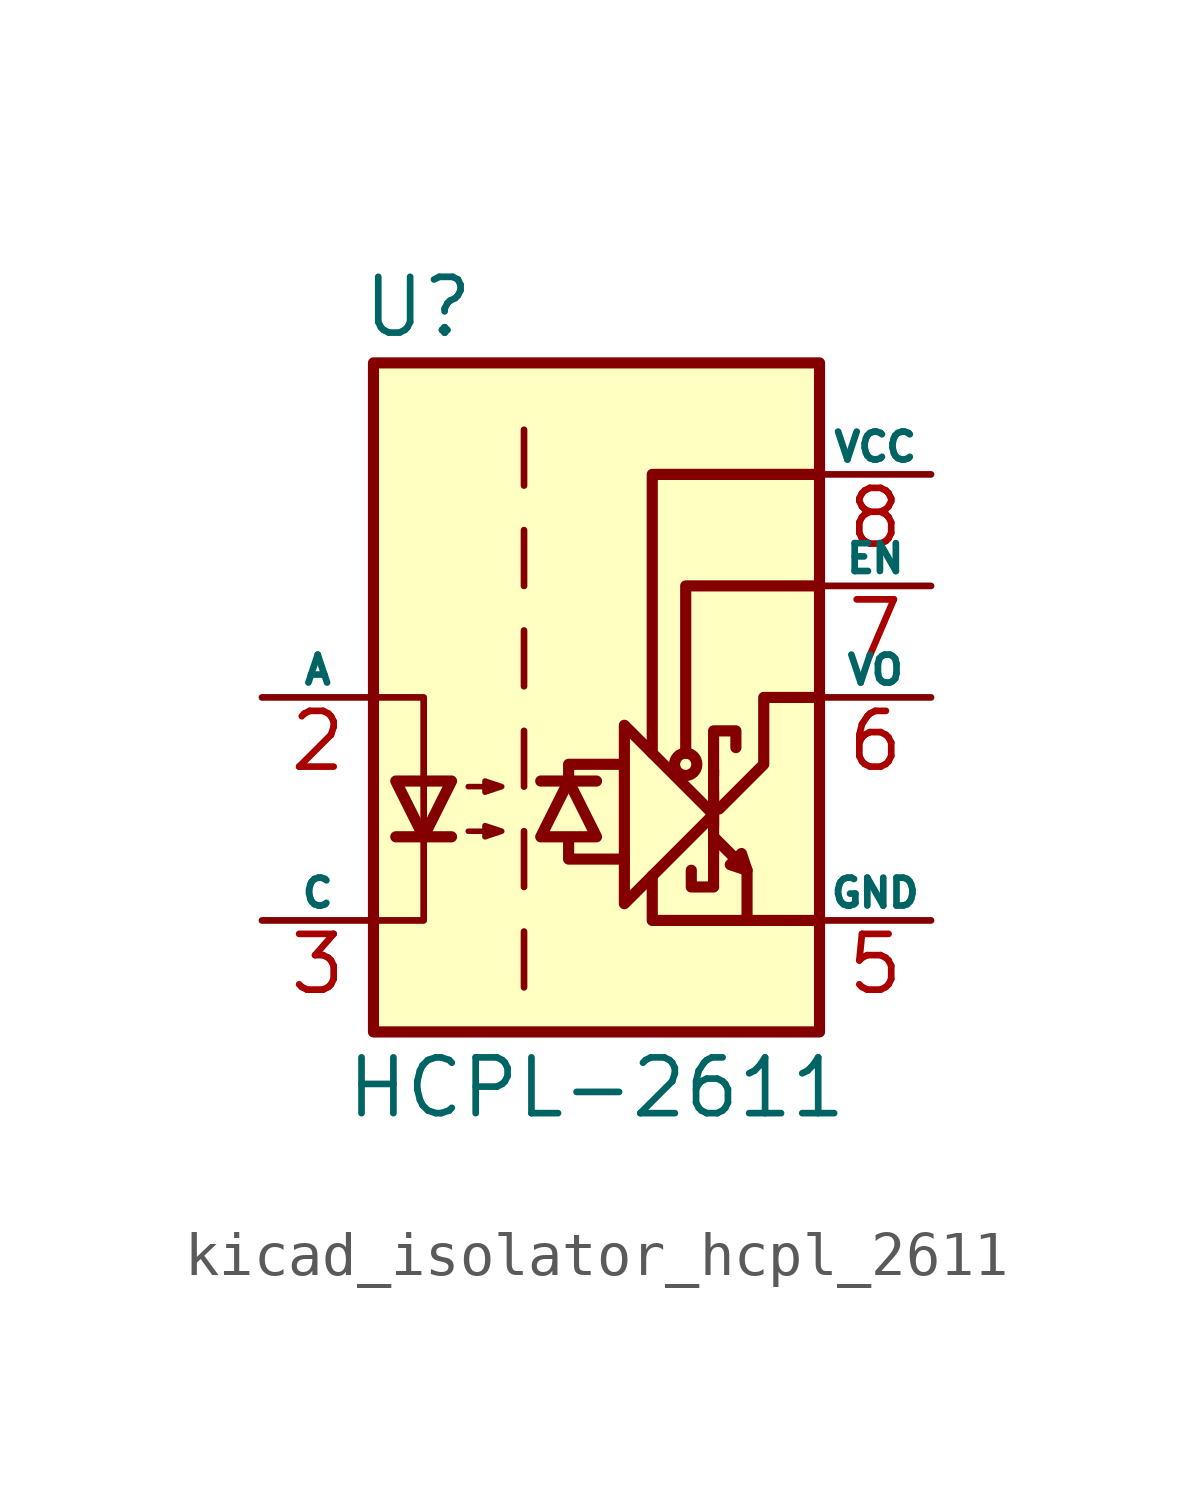
<source format=kicad_sym>
(kicad_symbol_lib
  (version 20220914)
  (generator kicad_symbol_editor)
  (symbol "kicad_isolator_hcpl_2611"
    (pin_names
      (offset 0))
    (property "Reference" "U"
      (at -4.064 8.89 0)
      (effects (font (size 1.27 1.27))))
    (property "Value" "HCPL-2611"
      (at 0 -8.89 0)
      (effects (font (size 1.27 1.27))))
    (symbol "kicad_isolator_hcpl_2611_0_1"
      (polyline (pts (xy 2.667 -3.556) (xy 2.667 -1.651)) (stroke (width 0.254) (type default)) (fill (type none)))
      (polyline (pts (xy 2.667 -2.159) (xy 2.667 -2.921)) (stroke (width 0.254) (type default)) (fill (type none)))
      (polyline (pts (xy 3.429 -3.937) (xy 3.429 -5.08)) (stroke (width 0.254) (type default)) (fill (type none)))
      (polyline (pts (xy -0.635 -3.302) (xy -0.635 -3.683) (xy 0.635 -3.683)) (stroke (width 0.254) (type default)) (fill (type none)))
      (polyline (pts (xy -0.635 -1.905) (xy -0.635 -1.524) (xy 0.508 -1.524)) (stroke (width 0.254) (type default)) (fill (type none)))
      (polyline (pts (xy 1.27 -4.064) (xy 1.27 -5.08) (xy 5.08 -5.08)) (stroke (width 0.254) (type default)) (fill (type none)))
      (polyline (pts (xy 1.27 -1.27) (xy 1.27 5.08) (xy 5.08 5.08)) (stroke (width 0.254) (type default)) (fill (type none)))
      (polyline (pts (xy 2.032 -1.27) (xy 2.032 2.54) (xy 5.08 2.54)) (stroke (width 0.254) (type default)) (fill (type none)))
      (polyline (pts (xy -5.08 -5.08) (xy -3.937 -5.08) (xy -3.937 0) (xy -5.08 0)) (stroke (width 0) (type default)) (fill (type none)))
      (polyline (pts (xy 2.667 -3.302) (xy 2.667 -4.318) (xy 2.159 -4.318) (xy 2.159 -3.937)) (stroke (width 0.254) (type default)) (fill (type none)))
      (polyline (pts (xy 2.667 -2.667) (xy 0.635 -4.699) (xy 0.635 -0.635) (xy 2.667 -2.667)) (stroke (width 0.254) (type default)) (fill (type none)))
      (polyline (pts (xy 2.667 -1.778) (xy 2.667 -0.762) (xy 3.175 -0.762) (xy 3.175 -1.143)) (stroke (width 0.254) (type default)) (fill (type none)))
      (polyline (pts (xy 2.794 -2.54) (xy 3.81 -1.524) (xy 3.81 0) (xy 5.08 0)) (stroke (width 0.254) (type default)) (fill (type none)))
      (polyline (pts (xy 2.667 -3.175) (xy 3.429 -3.937) (xy 3.302 -3.556) (xy 3.048 -3.81) (xy 3.429 -3.937)) (stroke (width 0.254) (type default)) (fill (type none)))
      (circle (center 2.032 -1.524) (radius 0.254) (stroke (width 0.254) (type default)) (fill (type none))))
    (symbol "kicad_isolator_hcpl_2611_1_1"
      (rectangle (start -5.08 7.62) (end 5.08 -7.62) (stroke (width 0.254) (type default)) (fill (type background)))
      (polyline (pts (xy -4.572 -3.175) (xy -3.302 -3.175)) (stroke (width 0.254) (type default)) (fill (type none)))
      (polyline (pts (xy -1.651 -5.334) (xy -1.651 -6.604)) (stroke (width 0) (type default)) (fill (type none)))
      (polyline (pts (xy -1.651 -3.048) (xy -1.651 -4.318)) (stroke (width 0) (type default)) (fill (type none)))
      (polyline (pts (xy -1.651 -0.762) (xy -1.651 -2.032)) (stroke (width 0) (type default)) (fill (type none)))
      (polyline (pts (xy -1.651 1.524) (xy -1.651 0.254)) (stroke (width 0) (type default)) (fill (type none)))
      (polyline (pts (xy -1.651 3.81) (xy -1.651 2.54)) (stroke (width 0) (type default)) (fill (type none)))
      (polyline (pts (xy -1.651 6.096) (xy -1.651 4.826)) (stroke (width 0) (type default)) (fill (type none)))
      (polyline (pts (xy -1.27 -1.905) (xy 0 -1.905)) (stroke (width 0.254) (type default)) (fill (type none)))
      (polyline (pts (xy -3.937 -3.175) (xy -4.572 -1.905) (xy -3.302 -1.905) (xy -3.937 -3.175)) (stroke (width 0.254) (type default)) (fill (type none)))
      (polyline (pts (xy -0.635 -1.905) (xy -1.27 -3.175) (xy 0 -3.175) (xy -0.635 -1.905)) (stroke (width 0.254) (type default)) (fill (type none)))
      (polyline (pts (xy -2.921 -3.048) (xy -2.159 -3.048) (xy -2.54 -3.175) (xy -2.54 -2.921) (xy -2.159 -3.048)) (stroke (width 0.127) (type default)) (fill (type none)))
      (polyline (pts (xy -2.921 -2.032) (xy -2.159 -2.032) (xy -2.54 -2.159) (xy -2.54 -1.905) (xy -2.159 -2.032)) (stroke (width 0.127) (type default)) (fill (type none)))
      (pin no_connect line (at -5.08 5.08 0) (length 2.54) hide (name "NC" (effects (font (size 0.635 0.635)))) (number "1" (effects (font (size 1.27 1.27)))))
      (pin passive line (at -7.62 0 0) (length 2.54) (name "A" (effects (font (size 0.635 0.635)))) (number "2" (effects (font (size 1.27 1.27)))))
      (pin passive line (at -7.62 -5.08 0) (length 2.54) (name "C" (effects (font (size 0.635 0.635)))) (number "3" (effects (font (size 1.27 1.27)))))
      (pin power_in line (at 7.62 -5.08 180) (length 2.54) (name "GND" (effects (font (size 0.635 0.635)))) (number "5" (effects (font (size 1.27 1.27)))))
      (pin open_collector line (at 7.62 0 180) (length 2.54) (name "VO" (effects (font (size 0.635 0.635)))) (number "6" (effects (font (size 1.27 1.27)))))
      (pin input line (at 7.62 2.54 180) (length 2.54) (name "EN" (effects (font (size 0.635 0.635)))) (number "7" (effects (font (size 1.27 1.27)))))
      (pin power_in line (at 7.62 5.08 180) (length 2.54) (name "VCC" (effects (font (size 0.635 0.635)))) (number "8" (effects (font (size 1.27 1.27))))))))
</source>
